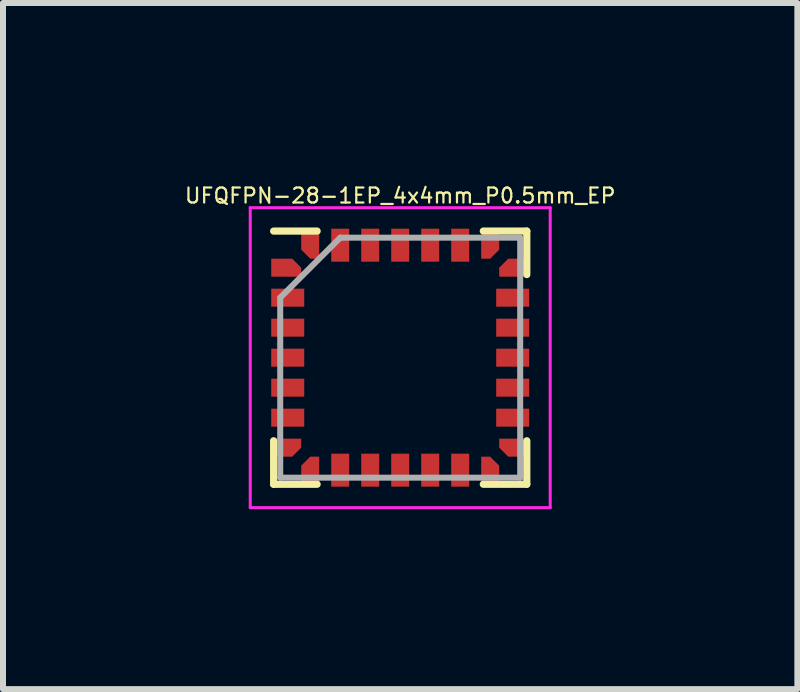
<source format=kicad_pcb>
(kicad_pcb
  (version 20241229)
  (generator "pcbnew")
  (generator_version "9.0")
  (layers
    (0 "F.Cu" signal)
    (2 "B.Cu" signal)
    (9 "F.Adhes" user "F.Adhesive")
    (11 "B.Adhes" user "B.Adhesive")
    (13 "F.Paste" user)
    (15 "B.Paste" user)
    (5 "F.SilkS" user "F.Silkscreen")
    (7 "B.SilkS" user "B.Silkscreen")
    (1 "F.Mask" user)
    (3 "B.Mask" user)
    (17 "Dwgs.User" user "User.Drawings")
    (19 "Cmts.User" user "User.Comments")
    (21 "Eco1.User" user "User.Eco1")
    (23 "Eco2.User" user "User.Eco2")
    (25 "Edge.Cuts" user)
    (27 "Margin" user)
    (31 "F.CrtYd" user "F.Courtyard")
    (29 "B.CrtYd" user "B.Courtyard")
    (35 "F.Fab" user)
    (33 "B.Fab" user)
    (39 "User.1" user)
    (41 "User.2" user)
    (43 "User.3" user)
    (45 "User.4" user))
  (footprint "UFQFPN-28-1EP_4x4mm_P0.5mm_EP"
    (layer "F.Cu")
    (at 3.621 2.912)
    (property "Reference" "UFQFPN-28-1EP_4x4mm_P0.5mm_EP" (at 0 -2.7 0) (layer "F.SilkS") (effects (font (size 0.25 0.25) (thickness 0.037))))
    (attr smd)
    (fp_line (start -2.11 2.11) (end -2.11 1.385) (stroke (width 0.12) (type solid)) (layer "F.SilkS"))
    (fp_line (start -1.385 -2.11) (end -2.11 -2.11) (stroke (width 0.12) (type solid)) (layer "F.SilkS"))
    (fp_line (start -1.385 2.11) (end -2.11 2.11) (stroke (width 0.12) (type solid)) (layer "F.SilkS"))
    (fp_line (start 1.385 -2.11) (end 2.11 -2.11) (stroke (width 0.12) (type solid)) (layer "F.SilkS"))
    (fp_line (start 1.385 2.11) (end 2.11 2.11) (stroke (width 0.12) (type solid)) (layer "F.SilkS"))
    (fp_line (start 2.11 -2.11) (end 2.11 -1.385) (stroke (width 0.12) (type solid)) (layer "F.SilkS"))
    (fp_line (start 2.11 2.11) (end 2.11 1.385) (stroke (width 0.12) (type solid)) (layer "F.SilkS"))
    (fp_line (start -2.5 -2.5) (end -2.5 2.5) (stroke (width 0.05) (type solid)) (layer "F.CrtYd"))
    (fp_line (start -2.5 2.5) (end 2.5 2.5) (stroke (width 0.05) (type solid)) (layer "F.CrtYd"))
    (fp_line (start 2.5 -2.5) (end -2.5 -2.5) (stroke (width 0.05) (type solid)) (layer "F.CrtYd"))
    (fp_line (start 2.5 2.5) (end 2.5 -2.5) (stroke (width 0.05) (type solid)) (layer "F.CrtYd"))
    (fp_line (start -2 -1) (end -1 -2) (stroke (width 0.1) (type solid)) (layer "F.Fab"))
    (fp_line (start -2 2) (end -2 -1) (stroke (width 0.1) (type solid)) (layer "F.Fab"))
    (fp_line (start -1 -2) (end 2 -2) (stroke (width 0.1) (type solid)) (layer "F.Fab"))
    (fp_line (start 2 -2) (end 2 2) (stroke (width 0.1) (type solid)) (layer "F.Fab"))
    (fp_line (start 2 2) (end -2 2) (stroke (width 0.1) (type solid)) (layer "F.Fab"))
    (pad "1" smd rect (at -1.975 -1.5) (size 0.35 0.3) (layers "F.Cu" "F.Mask" "F.Paste"))
    (pad "1" smd rect (at -1.8 -1.5 45) (size 0.212 0.212) (layers "F.Cu" "F.Mask" "F.Paste"))
    (pad "1" smd rect (at -1.725 -1.425) (size 0.15 0.15) (layers "F.Cu" "F.Mask" "F.Paste"))
    (pad "2" smd rect (at -1.875 -1) (size 0.55 0.3) (layers "F.Cu" "F.Mask" "F.Paste"))
    (pad "3" smd rect (at -1.875 -0.5) (size 0.55 0.3) (layers "F.Cu" "F.Mask" "F.Paste"))
    (pad "4" smd rect (at -1.875 0) (size 0.55 0.3) (layers "F.Cu" "F.Mask" "F.Paste"))
    (pad "5" smd rect (at -1.875 0.5) (size 0.55 0.3) (layers "F.Cu" "F.Mask" "F.Paste"))
    (pad "6" smd rect (at -1.875 1) (size 0.55 0.3) (layers "F.Cu" "F.Mask" "F.Paste"))
    (pad "7" smd rect (at -1.975 1.5) (size 0.35 0.3) (layers "F.Cu" "F.Mask" "F.Paste"))
    (pad "7" smd rect (at -1.8 1.5 45) (size 0.212 0.212) (layers "F.Cu" "F.Mask" "F.Paste"))
    (pad "7" smd rect (at -1.725 1.425) (size 0.15 0.15) (layers "F.Cu" "F.Mask" "F.Paste"))
    (pad "8" smd rect (at -1.5 1.8 45) (size 0.212 0.212) (layers "F.Cu" "F.Mask" "F.Paste"))
    (pad "8" smd rect (at -1.5 1.975) (size 0.3 0.35) (layers "F.Cu" "F.Mask" "F.Paste"))
    (pad "8" smd rect (at -1.425 1.725) (size 0.15 0.15) (layers "F.Cu" "F.Mask" "F.Paste"))
    (pad "9" smd rect (at -1 1.875) (size 0.3 0.55) (layers "F.Cu" "F.Mask" "F.Paste"))
    (pad "10" smd rect (at -0.5 1.875) (size 0.3 0.55) (layers "F.Cu" "F.Mask" "F.Paste"))
    (pad "11" smd rect (at 0 1.875) (size 0.3 0.55) (layers "F.Cu" "F.Mask" "F.Paste"))
    (pad "12" smd rect (at 0.5 1.875) (size 0.3 0.55) (layers "F.Cu" "F.Mask" "F.Paste"))
    (pad "13" smd rect (at 1 1.875) (size 0.3 0.55) (layers "F.Cu" "F.Mask" "F.Paste"))
    (pad "14" smd rect (at 1.425 1.725) (size 0.15 0.15) (layers "F.Cu" "F.Mask" "F.Paste"))
    (pad "14" smd rect (at 1.5 1.8 45) (size 0.212 0.212) (layers "F.Cu" "F.Mask" "F.Paste"))
    (pad "14" smd rect (at 1.5 1.975) (size 0.3 0.35) (layers "F.Cu" "F.Mask" "F.Paste"))
    (pad "15" smd rect (at 1.725 1.425) (size 0.15 0.15) (layers "F.Cu" "F.Mask" "F.Paste"))
    (pad "15" smd rect (at 1.8 1.5 45) (size 0.212 0.212) (layers "F.Cu" "F.Mask" "F.Paste"))
    (pad "15" smd rect (at 1.975 1.5) (size 0.35 0.3) (layers "F.Cu" "F.Mask" "F.Paste"))
    (pad "16" smd rect (at 1.875 1) (size 0.55 0.3) (layers "F.Cu" "F.Mask" "F.Paste"))
    (pad "17" smd rect (at 1.875 0.5) (size 0.55 0.3) (layers "F.Cu" "F.Mask" "F.Paste"))
    (pad "18" smd rect (at 1.875 0) (size 0.55 0.3) (layers "F.Cu" "F.Mask" "F.Paste"))
    (pad "19" smd rect (at 1.875 -0.5) (size 0.55 0.3) (layers "F.Cu" "F.Mask" "F.Paste"))
    (pad "20" smd rect (at 1.875 -1) (size 0.55 0.3) (layers "F.Cu" "F.Mask" "F.Paste"))
    (pad "21" smd rect (at 1.725 -1.425) (size 0.15 0.15) (layers "F.Cu" "F.Mask" "F.Paste"))
    (pad "21" smd rect (at 1.8 -1.5 45) (size 0.212 0.212) (layers "F.Cu" "F.Mask" "F.Paste"))
    (pad "21" smd rect (at 1.975 -1.5) (size 0.35 0.3) (layers "F.Cu" "F.Mask" "F.Paste"))
    (pad "22" smd rect (at 1.425 -1.725) (size 0.15 0.15) (layers "F.Cu" "F.Mask" "F.Paste"))
    (pad "22" smd rect (at 1.5 -1.975) (size 0.3 0.35) (layers "F.Cu" "F.Mask" "F.Paste"))
    (pad "22" smd rect (at 1.5 -1.8 45) (size 0.212 0.212) (layers "F.Cu" "F.Mask" "F.Paste"))
    (pad "23" smd rect (at 1 -1.875) (size 0.3 0.55) (layers "F.Cu" "F.Mask" "F.Paste"))
    (pad "24" smd rect (at 0.5 -1.875) (size 0.3 0.55) (layers "F.Cu" "F.Mask" "F.Paste"))
    (pad "25" smd rect (at 0 -1.875) (size 0.3 0.55) (layers "F.Cu" "F.Mask" "F.Paste"))
    (pad "26" smd rect (at -0.5 -1.875) (size 0.3 0.55) (layers "F.Cu" "F.Mask" "F.Paste"))
    (pad "27" smd rect (at -1 -1.875) (size 0.3 0.55) (layers "F.Cu" "F.Mask" "F.Paste"))
    (pad "28" smd rect (at -1.5 -1.975) (size 0.3 0.35) (layers "F.Cu" "F.Mask" "F.Paste"))
    (pad "28" smd rect (at -1.5 -1.8 45) (size 0.212 0.212) (layers "F.Cu" "F.Mask" "F.Paste"))
    (pad "28" smd rect (at -1.425 -1.725) (size 0.15 0.15) (layers "F.Cu" "F.Mask" "F.Paste")))
  (gr_rect
    (start -3 -3)
    (end 10.241 8.437)
    (stroke (width 0.1) (type default))
    (fill no)
    (layer "Edge.Cuts")))
</source>
